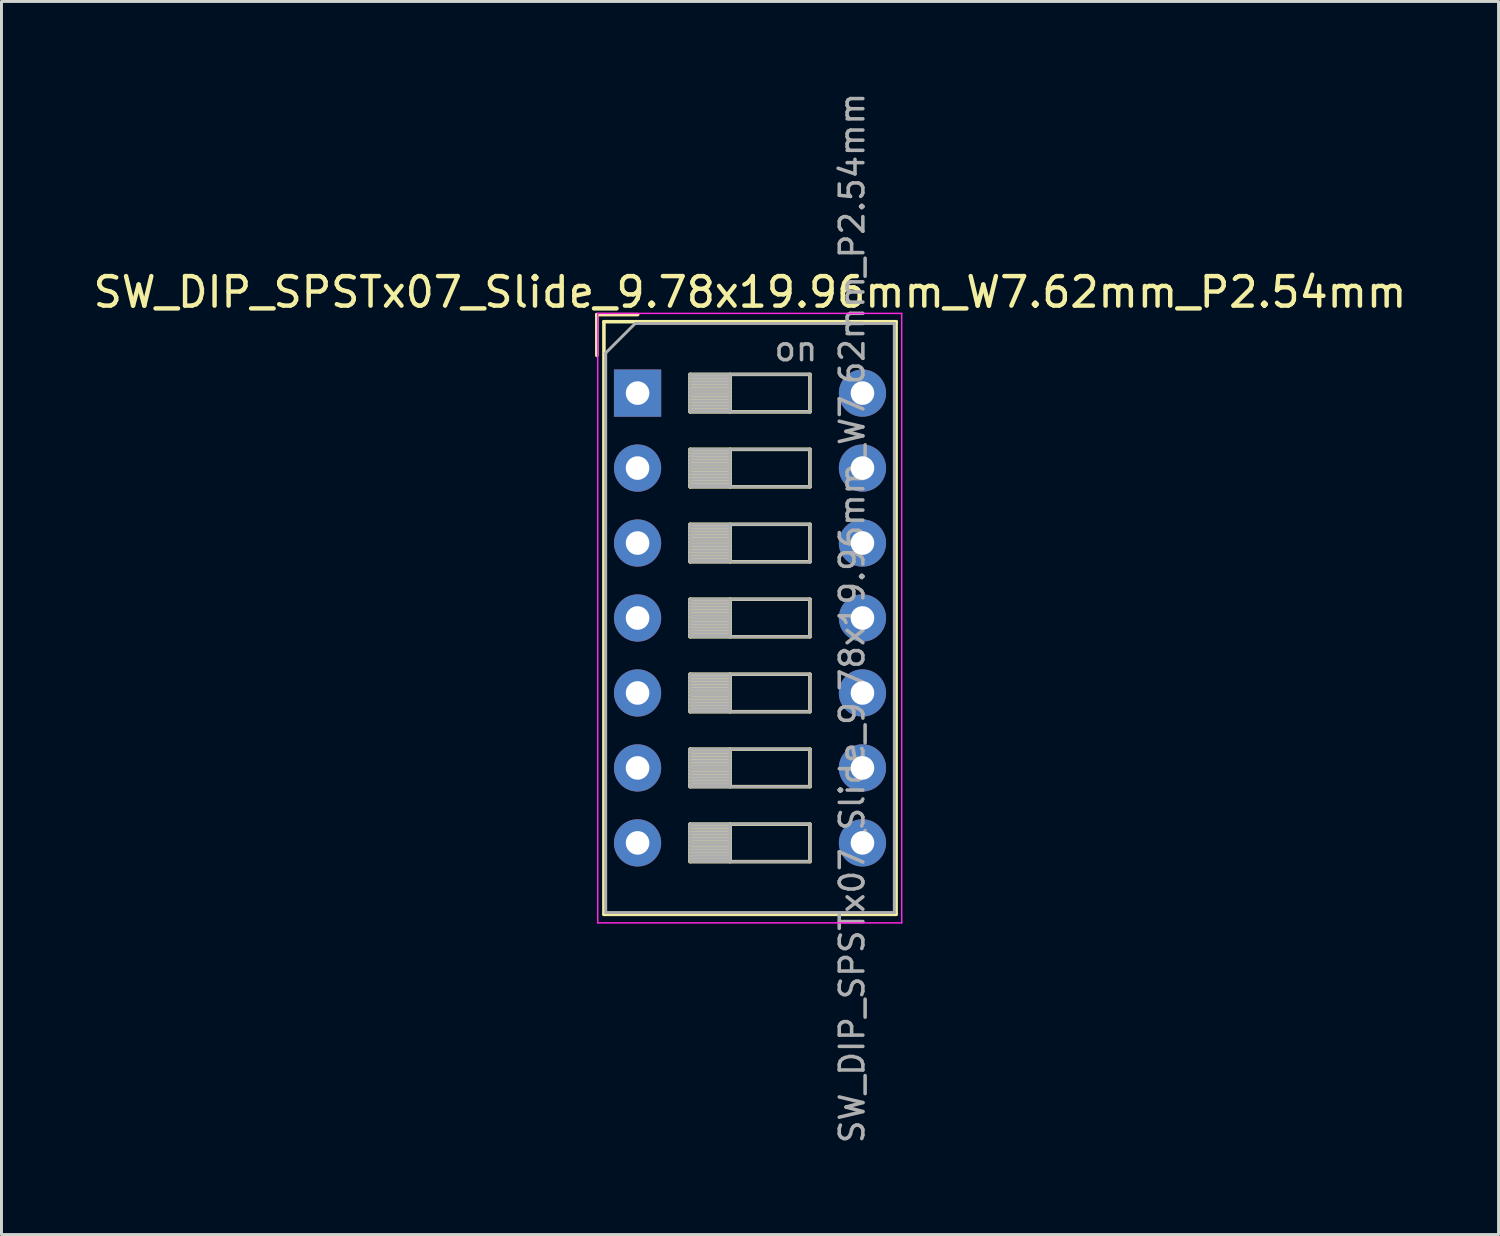
<source format=kicad_pcb>
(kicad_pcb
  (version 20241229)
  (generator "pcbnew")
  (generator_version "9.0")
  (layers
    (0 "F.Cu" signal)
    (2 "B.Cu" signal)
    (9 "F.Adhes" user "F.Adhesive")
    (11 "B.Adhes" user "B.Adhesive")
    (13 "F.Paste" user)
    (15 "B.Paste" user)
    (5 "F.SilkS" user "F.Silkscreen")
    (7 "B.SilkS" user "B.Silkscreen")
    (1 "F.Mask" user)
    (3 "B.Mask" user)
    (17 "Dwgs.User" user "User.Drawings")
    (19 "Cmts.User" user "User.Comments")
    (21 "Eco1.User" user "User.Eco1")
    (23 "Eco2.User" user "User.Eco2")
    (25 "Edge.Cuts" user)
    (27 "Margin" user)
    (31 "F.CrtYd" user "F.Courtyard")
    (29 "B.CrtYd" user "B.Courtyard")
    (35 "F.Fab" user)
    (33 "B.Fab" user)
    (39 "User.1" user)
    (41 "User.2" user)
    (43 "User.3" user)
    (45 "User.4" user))
  (footprint "SW_DIP_SPSTx07_Slide_9.78x19.96mm_W7.62mm_P2.54mm"
    (layer "F.Cu")
    (at 18.553 10.27)
    (property "Reference" "SW_DIP_SPSTx07_Slide_9.78x19.96mm_W7.62mm_P2.54mm" (at 3.81 -3.42 0) (layer "F.SilkS") (effects (font (size 1 1) (thickness 0.15))))
    (attr through_hole)
    (fp_line (start -1.38 -2.66) (end -1.38 -1.277) (stroke (width 0.12) (type solid)) (layer "F.SilkS"))
    (fp_line (start -1.38 -2.66) (end 0.004 -2.66) (stroke (width 0.12) (type solid)) (layer "F.SilkS"))
    (fp_line (start -1.14 -2.42) (end -1.14 17.661) (stroke (width 0.12) (type solid)) (layer "F.SilkS"))
    (fp_line (start -1.14 -2.42) (end 8.76 -2.42) (stroke (width 0.12) (type solid)) (layer "F.SilkS"))
    (fp_line (start -1.14 17.661) (end 8.76 17.661) (stroke (width 0.12) (type solid)) (layer "F.SilkS"))
    (fp_line (start 1.78 -0.635) (end 1.78 0.635) (stroke (width 0.12) (type solid)) (layer "F.SilkS"))
    (fp_line (start 1.78 -0.515) (end 3.133 -0.515) (stroke (width 0.12) (type solid)) (layer "F.SilkS"))
    (fp_line (start 1.78 -0.395) (end 3.133 -0.395) (stroke (width 0.12) (type solid)) (layer "F.SilkS"))
    (fp_line (start 1.78 -0.275) (end 3.133 -0.275) (stroke (width 0.12) (type solid)) (layer "F.SilkS"))
    (fp_line (start 1.78 -0.155) (end 3.133 -0.155) (stroke (width 0.12) (type solid)) (layer "F.SilkS"))
    (fp_line (start 1.78 -0.035) (end 3.133 -0.035) (stroke (width 0.12) (type solid)) (layer "F.SilkS"))
    (fp_line (start 1.78 0.085) (end 3.133 0.085) (stroke (width 0.12) (type solid)) (layer "F.SilkS"))
    (fp_line (start 1.78 0.205) (end 3.133 0.205) (stroke (width 0.12) (type solid)) (layer "F.SilkS"))
    (fp_line (start 1.78 0.325) (end 3.133 0.325) (stroke (width 0.12) (type solid)) (layer "F.SilkS"))
    (fp_line (start 1.78 0.445) (end 3.133 0.445) (stroke (width 0.12) (type solid)) (layer "F.SilkS"))
    (fp_line (start 1.78 0.565) (end 3.133 0.565) (stroke (width 0.12) (type solid)) (layer "F.SilkS"))
    (fp_line (start 1.78 0.635) (end 5.84 0.635) (stroke (width 0.12) (type solid)) (layer "F.SilkS"))
    (fp_line (start 1.78 1.905) (end 1.78 3.175) (stroke (width 0.12) (type solid)) (layer "F.SilkS"))
    (fp_line (start 1.78 2.025) (end 3.133 2.025) (stroke (width 0.12) (type solid)) (layer "F.SilkS"))
    (fp_line (start 1.78 2.145) (end 3.133 2.145) (stroke (width 0.12) (type solid)) (layer "F.SilkS"))
    (fp_line (start 1.78 2.265) (end 3.133 2.265) (stroke (width 0.12) (type solid)) (layer "F.SilkS"))
    (fp_line (start 1.78 2.385) (end 3.133 2.385) (stroke (width 0.12) (type solid)) (layer "F.SilkS"))
    (fp_line (start 1.78 2.505) (end 3.133 2.505) (stroke (width 0.12) (type solid)) (layer "F.SilkS"))
    (fp_line (start 1.78 2.625) (end 3.133 2.625) (stroke (width 0.12) (type solid)) (layer "F.SilkS"))
    (fp_line (start 1.78 2.745) (end 3.133 2.745) (stroke (width 0.12) (type solid)) (layer "F.SilkS"))
    (fp_line (start 1.78 2.865) (end 3.133 2.865) (stroke (width 0.12) (type solid)) (layer "F.SilkS"))
    (fp_line (start 1.78 2.985) (end 3.133 2.985) (stroke (width 0.12) (type solid)) (layer "F.SilkS"))
    (fp_line (start 1.78 3.105) (end 3.133 3.105) (stroke (width 0.12) (type solid)) (layer "F.SilkS"))
    (fp_line (start 1.78 3.175) (end 5.84 3.175) (stroke (width 0.12) (type solid)) (layer "F.SilkS"))
    (fp_line (start 1.78 4.445) (end 1.78 5.715) (stroke (width 0.12) (type solid)) (layer "F.SilkS"))
    (fp_line (start 1.78 4.565) (end 3.133 4.565) (stroke (width 0.12) (type solid)) (layer "F.SilkS"))
    (fp_line (start 1.78 4.685) (end 3.133 4.685) (stroke (width 0.12) (type solid)) (layer "F.SilkS"))
    (fp_line (start 1.78 4.805) (end 3.133 4.805) (stroke (width 0.12) (type solid)) (layer "F.SilkS"))
    (fp_line (start 1.78 4.925) (end 3.133 4.925) (stroke (width 0.12) (type solid)) (layer "F.SilkS"))
    (fp_line (start 1.78 5.045) (end 3.133 5.045) (stroke (width 0.12) (type solid)) (layer "F.SilkS"))
    (fp_line (start 1.78 5.165) (end 3.133 5.165) (stroke (width 0.12) (type solid)) (layer "F.SilkS"))
    (fp_line (start 1.78 5.285) (end 3.133 5.285) (stroke (width 0.12) (type solid)) (layer "F.SilkS"))
    (fp_line (start 1.78 5.405) (end 3.133 5.405) (stroke (width 0.12) (type solid)) (layer "F.SilkS"))
    (fp_line (start 1.78 5.525) (end 3.133 5.525) (stroke (width 0.12) (type solid)) (layer "F.SilkS"))
    (fp_line (start 1.78 5.645) (end 3.133 5.645) (stroke (width 0.12) (type solid)) (layer "F.SilkS"))
    (fp_line (start 1.78 5.715) (end 5.84 5.715) (stroke (width 0.12) (type solid)) (layer "F.SilkS"))
    (fp_line (start 1.78 6.985) (end 1.78 8.255) (stroke (width 0.12) (type solid)) (layer "F.SilkS"))
    (fp_line (start 1.78 7.105) (end 3.133 7.105) (stroke (width 0.12) (type solid)) (layer "F.SilkS"))
    (fp_line (start 1.78 7.225) (end 3.133 7.225) (stroke (width 0.12) (type solid)) (layer "F.SilkS"))
    (fp_line (start 1.78 7.345) (end 3.133 7.345) (stroke (width 0.12) (type solid)) (layer "F.SilkS"))
    (fp_line (start 1.78 7.465) (end 3.133 7.465) (stroke (width 0.12) (type solid)) (layer "F.SilkS"))
    (fp_line (start 1.78 7.585) (end 3.133 7.585) (stroke (width 0.12) (type solid)) (layer "F.SilkS"))
    (fp_line (start 1.78 7.705) (end 3.133 7.705) (stroke (width 0.12) (type solid)) (layer "F.SilkS"))
    (fp_line (start 1.78 7.825) (end 3.133 7.825) (stroke (width 0.12) (type solid)) (layer "F.SilkS"))
    (fp_line (start 1.78 7.945) (end 3.133 7.945) (stroke (width 0.12) (type solid)) (layer "F.SilkS"))
    (fp_line (start 1.78 8.065) (end 3.133 8.065) (stroke (width 0.12) (type solid)) (layer "F.SilkS"))
    (fp_line (start 1.78 8.185) (end 3.133 8.185) (stroke (width 0.12) (type solid)) (layer "F.SilkS"))
    (fp_line (start 1.78 8.255) (end 5.84 8.255) (stroke (width 0.12) (type solid)) (layer "F.SilkS"))
    (fp_line (start 1.78 9.525) (end 1.78 10.795) (stroke (width 0.12) (type solid)) (layer "F.SilkS"))
    (fp_line (start 1.78 9.645) (end 3.133 9.645) (stroke (width 0.12) (type solid)) (layer "F.SilkS"))
    (fp_line (start 1.78 9.765) (end 3.133 9.765) (stroke (width 0.12) (type solid)) (layer "F.SilkS"))
    (fp_line (start 1.78 9.885) (end 3.133 9.885) (stroke (width 0.12) (type solid)) (layer "F.SilkS"))
    (fp_line (start 1.78 10.005) (end 3.133 10.005) (stroke (width 0.12) (type solid)) (layer "F.SilkS"))
    (fp_line (start 1.78 10.125) (end 3.133 10.125) (stroke (width 0.12) (type solid)) (layer "F.SilkS"))
    (fp_line (start 1.78 10.245) (end 3.133 10.245) (stroke (width 0.12) (type solid)) (layer "F.SilkS"))
    (fp_line (start 1.78 10.365) (end 3.133 10.365) (stroke (width 0.12) (type solid)) (layer "F.SilkS"))
    (fp_line (start 1.78 10.485) (end 3.133 10.485) (stroke (width 0.12) (type solid)) (layer "F.SilkS"))
    (fp_line (start 1.78 10.605) (end 3.133 10.605) (stroke (width 0.12) (type solid)) (layer "F.SilkS"))
    (fp_line (start 1.78 10.725) (end 3.133 10.725) (stroke (width 0.12) (type solid)) (layer "F.SilkS"))
    (fp_line (start 1.78 10.795) (end 5.84 10.795) (stroke (width 0.12) (type solid)) (layer "F.SilkS"))
    (fp_line (start 1.78 12.065) (end 1.78 13.335) (stroke (width 0.12) (type solid)) (layer "F.SilkS"))
    (fp_line (start 1.78 12.185) (end 3.133 12.185) (stroke (width 0.12) (type solid)) (layer "F.SilkS"))
    (fp_line (start 1.78 12.305) (end 3.133 12.305) (stroke (width 0.12) (type solid)) (layer "F.SilkS"))
    (fp_line (start 1.78 12.425) (end 3.133 12.425) (stroke (width 0.12) (type solid)) (layer "F.SilkS"))
    (fp_line (start 1.78 12.545) (end 3.133 12.545) (stroke (width 0.12) (type solid)) (layer "F.SilkS"))
    (fp_line (start 1.78 12.665) (end 3.133 12.665) (stroke (width 0.12) (type solid)) (layer "F.SilkS"))
    (fp_line (start 1.78 12.785) (end 3.133 12.785) (stroke (width 0.12) (type solid)) (layer "F.SilkS"))
    (fp_line (start 1.78 12.905) (end 3.133 12.905) (stroke (width 0.12) (type solid)) (layer "F.SilkS"))
    (fp_line (start 1.78 13.025) (end 3.133 13.025) (stroke (width 0.12) (type solid)) (layer "F.SilkS"))
    (fp_line (start 1.78 13.145) (end 3.133 13.145) (stroke (width 0.12) (type solid)) (layer "F.SilkS"))
    (fp_line (start 1.78 13.265) (end 3.133 13.265) (stroke (width 0.12) (type solid)) (layer "F.SilkS"))
    (fp_line (start 1.78 13.335) (end 5.84 13.335) (stroke (width 0.12) (type solid)) (layer "F.SilkS"))
    (fp_line (start 1.78 14.605) (end 1.78 15.875) (stroke (width 0.12) (type solid)) (layer "F.SilkS"))
    (fp_line (start 1.78 14.725) (end 3.133 14.725) (stroke (width 0.12) (type solid)) (layer "F.SilkS"))
    (fp_line (start 1.78 14.845) (end 3.133 14.845) (stroke (width 0.12) (type solid)) (layer "F.SilkS"))
    (fp_line (start 1.78 14.965) (end 3.133 14.965) (stroke (width 0.12) (type solid)) (layer "F.SilkS"))
    (fp_line (start 1.78 15.085) (end 3.133 15.085) (stroke (width 0.12) (type solid)) (layer "F.SilkS"))
    (fp_line (start 1.78 15.205) (end 3.133 15.205) (stroke (width 0.12) (type solid)) (layer "F.SilkS"))
    (fp_line (start 1.78 15.325) (end 3.133 15.325) (stroke (width 0.12) (type solid)) (layer "F.SilkS"))
    (fp_line (start 1.78 15.445) (end 3.133 15.445) (stroke (width 0.12) (type solid)) (layer "F.SilkS"))
    (fp_line (start 1.78 15.565) (end 3.133 15.565) (stroke (width 0.12) (type solid)) (layer "F.SilkS"))
    (fp_line (start 1.78 15.685) (end 3.133 15.685) (stroke (width 0.12) (type solid)) (layer "F.SilkS"))
    (fp_line (start 1.78 15.805) (end 3.133 15.805) (stroke (width 0.12) (type solid)) (layer "F.SilkS"))
    (fp_line (start 1.78 15.875) (end 5.84 15.875) (stroke (width 0.12) (type solid)) (layer "F.SilkS"))
    (fp_line (start 3.133 -0.635) (end 3.133 0.635) (stroke (width 0.12) (type solid)) (layer "F.SilkS"))
    (fp_line (start 3.133 1.905) (end 3.133 3.175) (stroke (width 0.12) (type solid)) (layer "F.SilkS"))
    (fp_line (start 3.133 4.445) (end 3.133 5.715) (stroke (width 0.12) (type solid)) (layer "F.SilkS"))
    (fp_line (start 3.133 6.985) (end 3.133 8.255) (stroke (width 0.12) (type solid)) (layer "F.SilkS"))
    (fp_line (start 3.133 9.525) (end 3.133 10.795) (stroke (width 0.12) (type solid)) (layer "F.SilkS"))
    (fp_line (start 3.133 12.065) (end 3.133 13.335) (stroke (width 0.12) (type solid)) (layer "F.SilkS"))
    (fp_line (start 3.133 14.605) (end 3.133 15.875) (stroke (width 0.12) (type solid)) (layer "F.SilkS"))
    (fp_line (start 5.84 -0.635) (end 1.78 -0.635) (stroke (width 0.12) (type solid)) (layer "F.SilkS"))
    (fp_line (start 5.84 0.635) (end 5.84 -0.635) (stroke (width 0.12) (type solid)) (layer "F.SilkS"))
    (fp_line (start 5.84 1.905) (end 1.78 1.905) (stroke (width 0.12) (type solid)) (layer "F.SilkS"))
    (fp_line (start 5.84 3.175) (end 5.84 1.905) (stroke (width 0.12) (type solid)) (layer "F.SilkS"))
    (fp_line (start 5.84 4.445) (end 1.78 4.445) (stroke (width 0.12) (type solid)) (layer "F.SilkS"))
    (fp_line (start 5.84 5.715) (end 5.84 4.445) (stroke (width 0.12) (type solid)) (layer "F.SilkS"))
    (fp_line (start 5.84 6.985) (end 1.78 6.985) (stroke (width 0.12) (type solid)) (layer "F.SilkS"))
    (fp_line (start 5.84 8.255) (end 5.84 6.985) (stroke (width 0.12) (type solid)) (layer "F.SilkS"))
    (fp_line (start 5.84 9.525) (end 1.78 9.525) (stroke (width 0.12) (type solid)) (layer "F.SilkS"))
    (fp_line (start 5.84 10.795) (end 5.84 9.525) (stroke (width 0.12) (type solid)) (layer "F.SilkS"))
    (fp_line (start 5.84 12.065) (end 1.78 12.065) (stroke (width 0.12) (type solid)) (layer "F.SilkS"))
    (fp_line (start 5.84 13.335) (end 5.84 12.065) (stroke (width 0.12) (type solid)) (layer "F.SilkS"))
    (fp_line (start 5.84 14.605) (end 1.78 14.605) (stroke (width 0.12) (type solid)) (layer "F.SilkS"))
    (fp_line (start 5.84 15.875) (end 5.84 14.605) (stroke (width 0.12) (type solid)) (layer "F.SilkS"))
    (fp_line (start 8.76 -2.42) (end 8.76 17.661) (stroke (width 0.12) (type solid)) (layer "F.SilkS"))
    (fp_line (start -1.35 -2.7) (end -1.35 17.95) (stroke (width 0.05) (type solid)) (layer "F.CrtYd"))
    (fp_line (start -1.35 17.95) (end 8.95 17.95) (stroke (width 0.05) (type solid)) (layer "F.CrtYd"))
    (fp_line (start 8.95 -2.7) (end -1.35 -2.7) (stroke (width 0.05) (type solid)) (layer "F.CrtYd"))
    (fp_line (start 8.95 17.95) (end 8.95 -2.7) (stroke (width 0.05) (type solid)) (layer "F.CrtYd"))
    (fp_line (start -1.08 -1.36) (end -0.08 -2.36) (stroke (width 0.1) (type solid)) (layer "F.Fab"))
    (fp_line (start -1.08 17.6) (end -1.08 -1.36) (stroke (width 0.1) (type solid)) (layer "F.Fab"))
    (fp_line (start -0.08 -2.36) (end 8.7 -2.36) (stroke (width 0.1) (type solid)) (layer "F.Fab"))
    (fp_line (start 1.78 -0.635) (end 1.78 0.635) (stroke (width 0.1) (type solid)) (layer "F.Fab"))
    (fp_line (start 1.78 -0.535) (end 3.133 -0.535) (stroke (width 0.1) (type solid)) (layer "F.Fab"))
    (fp_line (start 1.78 -0.435) (end 3.133 -0.435) (stroke (width 0.1) (type solid)) (layer "F.Fab"))
    (fp_line (start 1.78 -0.335) (end 3.133 -0.335) (stroke (width 0.1) (type solid)) (layer "F.Fab"))
    (fp_line (start 1.78 -0.235) (end 3.133 -0.235) (stroke (width 0.1) (type solid)) (layer "F.Fab"))
    (fp_line (start 1.78 -0.135) (end 3.133 -0.135) (stroke (width 0.1) (type solid)) (layer "F.Fab"))
    (fp_line (start 1.78 -0.035) (end 3.133 -0.035) (stroke (width 0.1) (type solid)) (layer "F.Fab"))
    (fp_line (start 1.78 0.065) (end 3.133 0.065) (stroke (width 0.1) (type solid)) (layer "F.Fab"))
    (fp_line (start 1.78 0.165) (end 3.133 0.165) (stroke (width 0.1) (type solid)) (layer "F.Fab"))
    (fp_line (start 1.78 0.265) (end 3.133 0.265) (stroke (width 0.1) (type solid)) (layer "F.Fab"))
    (fp_line (start 1.78 0.365) (end 3.133 0.365) (stroke (width 0.1) (type solid)) (layer "F.Fab"))
    (fp_line (start 1.78 0.465) (end 3.133 0.465) (stroke (width 0.1) (type solid)) (layer "F.Fab"))
    (fp_line (start 1.78 0.565) (end 3.133 0.565) (stroke (width 0.1) (type solid)) (layer "F.Fab"))
    (fp_line (start 1.78 0.635) (end 5.84 0.635) (stroke (width 0.1) (type solid)) (layer "F.Fab"))
    (fp_line (start 1.78 1.905) (end 1.78 3.175) (stroke (width 0.1) (type solid)) (layer "F.Fab"))
    (fp_line (start 1.78 2.005) (end 3.133 2.005) (stroke (width 0.1) (type solid)) (layer "F.Fab"))
    (fp_line (start 1.78 2.105) (end 3.133 2.105) (stroke (width 0.1) (type solid)) (layer "F.Fab"))
    (fp_line (start 1.78 2.205) (end 3.133 2.205) (stroke (width 0.1) (type solid)) (layer "F.Fab"))
    (fp_line (start 1.78 2.305) (end 3.133 2.305) (stroke (width 0.1) (type solid)) (layer "F.Fab"))
    (fp_line (start 1.78 2.405) (end 3.133 2.405) (stroke (width 0.1) (type solid)) (layer "F.Fab"))
    (fp_line (start 1.78 2.505) (end 3.133 2.505) (stroke (width 0.1) (type solid)) (layer "F.Fab"))
    (fp_line (start 1.78 2.605) (end 3.133 2.605) (stroke (width 0.1) (type solid)) (layer "F.Fab"))
    (fp_line (start 1.78 2.705) (end 3.133 2.705) (stroke (width 0.1) (type solid)) (layer "F.Fab"))
    (fp_line (start 1.78 2.805) (end 3.133 2.805) (stroke (width 0.1) (type solid)) (layer "F.Fab"))
    (fp_line (start 1.78 2.905) (end 3.133 2.905) (stroke (width 0.1) (type solid)) (layer "F.Fab"))
    (fp_line (start 1.78 3.005) (end 3.133 3.005) (stroke (width 0.1) (type solid)) (layer "F.Fab"))
    (fp_line (start 1.78 3.105) (end 3.133 3.105) (stroke (width 0.1) (type solid)) (layer "F.Fab"))
    (fp_line (start 1.78 3.175) (end 5.84 3.175) (stroke (width 0.1) (type solid)) (layer "F.Fab"))
    (fp_line (start 1.78 4.445) (end 1.78 5.715) (stroke (width 0.1) (type solid)) (layer "F.Fab"))
    (fp_line (start 1.78 4.545) (end 3.133 4.545) (stroke (width 0.1) (type solid)) (layer "F.Fab"))
    (fp_line (start 1.78 4.645) (end 3.133 4.645) (stroke (width 0.1) (type solid)) (layer "F.Fab"))
    (fp_line (start 1.78 4.745) (end 3.133 4.745) (stroke (width 0.1) (type solid)) (layer "F.Fab"))
    (fp_line (start 1.78 4.845) (end 3.133 4.845) (stroke (width 0.1) (type solid)) (layer "F.Fab"))
    (fp_line (start 1.78 4.945) (end 3.133 4.945) (stroke (width 0.1) (type solid)) (layer "F.Fab"))
    (fp_line (start 1.78 5.045) (end 3.133 5.045) (stroke (width 0.1) (type solid)) (layer "F.Fab"))
    (fp_line (start 1.78 5.145) (end 3.133 5.145) (stroke (width 0.1) (type solid)) (layer "F.Fab"))
    (fp_line (start 1.78 5.245) (end 3.133 5.245) (stroke (width 0.1) (type solid)) (layer "F.Fab"))
    (fp_line (start 1.78 5.345) (end 3.133 5.345) (stroke (width 0.1) (type solid)) (layer "F.Fab"))
    (fp_line (start 1.78 5.445) (end 3.133 5.445) (stroke (width 0.1) (type solid)) (layer "F.Fab"))
    (fp_line (start 1.78 5.545) (end 3.133 5.545) (stroke (width 0.1) (type solid)) (layer "F.Fab"))
    (fp_line (start 1.78 5.645) (end 3.133 5.645) (stroke (width 0.1) (type solid)) (layer "F.Fab"))
    (fp_line (start 1.78 5.715) (end 5.84 5.715) (stroke (width 0.1) (type solid)) (layer "F.Fab"))
    (fp_line (start 1.78 6.985) (end 1.78 8.255) (stroke (width 0.1) (type solid)) (layer "F.Fab"))
    (fp_line (start 1.78 7.085) (end 3.133 7.085) (stroke (width 0.1) (type solid)) (layer "F.Fab"))
    (fp_line (start 1.78 7.185) (end 3.133 7.185) (stroke (width 0.1) (type solid)) (layer "F.Fab"))
    (fp_line (start 1.78 7.285) (end 3.133 7.285) (stroke (width 0.1) (type solid)) (layer "F.Fab"))
    (fp_line (start 1.78 7.385) (end 3.133 7.385) (stroke (width 0.1) (type solid)) (layer "F.Fab"))
    (fp_line (start 1.78 7.485) (end 3.133 7.485) (stroke (width 0.1) (type solid)) (layer "F.Fab"))
    (fp_line (start 1.78 7.585) (end 3.133 7.585) (stroke (width 0.1) (type solid)) (layer "F.Fab"))
    (fp_line (start 1.78 7.685) (end 3.133 7.685) (stroke (width 0.1) (type solid)) (layer "F.Fab"))
    (fp_line (start 1.78 7.785) (end 3.133 7.785) (stroke (width 0.1) (type solid)) (layer "F.Fab"))
    (fp_line (start 1.78 7.885) (end 3.133 7.885) (stroke (width 0.1) (type solid)) (layer "F.Fab"))
    (fp_line (start 1.78 7.985) (end 3.133 7.985) (stroke (width 0.1) (type solid)) (layer "F.Fab"))
    (fp_line (start 1.78 8.085) (end 3.133 8.085) (stroke (width 0.1) (type solid)) (layer "F.Fab"))
    (fp_line (start 1.78 8.185) (end 3.133 8.185) (stroke (width 0.1) (type solid)) (layer "F.Fab"))
    (fp_line (start 1.78 8.255) (end 5.84 8.255) (stroke (width 0.1) (type solid)) (layer "F.Fab"))
    (fp_line (start 1.78 9.525) (end 1.78 10.795) (stroke (width 0.1) (type solid)) (layer "F.Fab"))
    (fp_line (start 1.78 9.625) (end 3.133 9.625) (stroke (width 0.1) (type solid)) (layer "F.Fab"))
    (fp_line (start 1.78 9.725) (end 3.133 9.725) (stroke (width 0.1) (type solid)) (layer "F.Fab"))
    (fp_line (start 1.78 9.825) (end 3.133 9.825) (stroke (width 0.1) (type solid)) (layer "F.Fab"))
    (fp_line (start 1.78 9.925) (end 3.133 9.925) (stroke (width 0.1) (type solid)) (layer "F.Fab"))
    (fp_line (start 1.78 10.025) (end 3.133 10.025) (stroke (width 0.1) (type solid)) (layer "F.Fab"))
    (fp_line (start 1.78 10.125) (end 3.133 10.125) (stroke (width 0.1) (type solid)) (layer "F.Fab"))
    (fp_line (start 1.78 10.225) (end 3.133 10.225) (stroke (width 0.1) (type solid)) (layer "F.Fab"))
    (fp_line (start 1.78 10.325) (end 3.133 10.325) (stroke (width 0.1) (type solid)) (layer "F.Fab"))
    (fp_line (start 1.78 10.425) (end 3.133 10.425) (stroke (width 0.1) (type solid)) (layer "F.Fab"))
    (fp_line (start 1.78 10.525) (end 3.133 10.525) (stroke (width 0.1) (type solid)) (layer "F.Fab"))
    (fp_line (start 1.78 10.625) (end 3.133 10.625) (stroke (width 0.1) (type solid)) (layer "F.Fab"))
    (fp_line (start 1.78 10.725) (end 3.133 10.725) (stroke (width 0.1) (type solid)) (layer "F.Fab"))
    (fp_line (start 1.78 10.795) (end 5.84 10.795) (stroke (width 0.1) (type solid)) (layer "F.Fab"))
    (fp_line (start 1.78 12.065) (end 1.78 13.335) (stroke (width 0.1) (type solid)) (layer "F.Fab"))
    (fp_line (start 1.78 12.165) (end 3.133 12.165) (stroke (width 0.1) (type solid)) (layer "F.Fab"))
    (fp_line (start 1.78 12.265) (end 3.133 12.265) (stroke (width 0.1) (type solid)) (layer "F.Fab"))
    (fp_line (start 1.78 12.365) (end 3.133 12.365) (stroke (width 0.1) (type solid)) (layer "F.Fab"))
    (fp_line (start 1.78 12.465) (end 3.133 12.465) (stroke (width 0.1) (type solid)) (layer "F.Fab"))
    (fp_line (start 1.78 12.565) (end 3.133 12.565) (stroke (width 0.1) (type solid)) (layer "F.Fab"))
    (fp_line (start 1.78 12.665) (end 3.133 12.665) (stroke (width 0.1) (type solid)) (layer "F.Fab"))
    (fp_line (start 1.78 12.765) (end 3.133 12.765) (stroke (width 0.1) (type solid)) (layer "F.Fab"))
    (fp_line (start 1.78 12.865) (end 3.133 12.865) (stroke (width 0.1) (type solid)) (layer "F.Fab"))
    (fp_line (start 1.78 12.965) (end 3.133 12.965) (stroke (width 0.1) (type solid)) (layer "F.Fab"))
    (fp_line (start 1.78 13.065) (end 3.133 13.065) (stroke (width 0.1) (type solid)) (layer "F.Fab"))
    (fp_line (start 1.78 13.165) (end 3.133 13.165) (stroke (width 0.1) (type solid)) (layer "F.Fab"))
    (fp_line (start 1.78 13.265) (end 3.133 13.265) (stroke (width 0.1) (type solid)) (layer "F.Fab"))
    (fp_line (start 1.78 13.335) (end 5.84 13.335) (stroke (width 0.1) (type solid)) (layer "F.Fab"))
    (fp_line (start 1.78 14.605) (end 1.78 15.875) (stroke (width 0.1) (type solid)) (layer "F.Fab"))
    (fp_line (start 1.78 14.705) (end 3.133 14.705) (stroke (width 0.1) (type solid)) (layer "F.Fab"))
    (fp_line (start 1.78 14.805) (end 3.133 14.805) (stroke (width 0.1) (type solid)) (layer "F.Fab"))
    (fp_line (start 1.78 14.905) (end 3.133 14.905) (stroke (width 0.1) (type solid)) (layer "F.Fab"))
    (fp_line (start 1.78 15.005) (end 3.133 15.005) (stroke (width 0.1) (type solid)) (layer "F.Fab"))
    (fp_line (start 1.78 15.105) (end 3.133 15.105) (stroke (width 0.1) (type solid)) (layer "F.Fab"))
    (fp_line (start 1.78 15.205) (end 3.133 15.205) (stroke (width 0.1) (type solid)) (layer "F.Fab"))
    (fp_line (start 1.78 15.305) (end 3.133 15.305) (stroke (width 0.1) (type solid)) (layer "F.Fab"))
    (fp_line (start 1.78 15.405) (end 3.133 15.405) (stroke (width 0.1) (type solid)) (layer "F.Fab"))
    (fp_line (start 1.78 15.505) (end 3.133 15.505) (stroke (width 0.1) (type solid)) (layer "F.Fab"))
    (fp_line (start 1.78 15.605) (end 3.133 15.605) (stroke (width 0.1) (type solid)) (layer "F.Fab"))
    (fp_line (start 1.78 15.705) (end 3.133 15.705) (stroke (width 0.1) (type solid)) (layer "F.Fab"))
    (fp_line (start 1.78 15.805) (end 3.133 15.805) (stroke (width 0.1) (type solid)) (layer "F.Fab"))
    (fp_line (start 1.78 15.875) (end 5.84 15.875) (stroke (width 0.1) (type solid)) (layer "F.Fab"))
    (fp_line (start 3.133 -0.635) (end 3.133 0.635) (stroke (width 0.1) (type solid)) (layer "F.Fab"))
    (fp_line (start 3.133 1.905) (end 3.133 3.175) (stroke (width 0.1) (type solid)) (layer "F.Fab"))
    (fp_line (start 3.133 4.445) (end 3.133 5.715) (stroke (width 0.1) (type solid)) (layer "F.Fab"))
    (fp_line (start 3.133 6.985) (end 3.133 8.255) (stroke (width 0.1) (type solid)) (layer "F.Fab"))
    (fp_line (start 3.133 9.525) (end 3.133 10.795) (stroke (width 0.1) (type solid)) (layer "F.Fab"))
    (fp_line (start 3.133 12.065) (end 3.133 13.335) (stroke (width 0.1) (type solid)) (layer "F.Fab"))
    (fp_line (start 3.133 14.605) (end 3.133 15.875) (stroke (width 0.1) (type solid)) (layer "F.Fab"))
    (fp_line (start 5.84 -0.635) (end 1.78 -0.635) (stroke (width 0.1) (type solid)) (layer "F.Fab"))
    (fp_line (start 5.84 0.635) (end 5.84 -0.635) (stroke (width 0.1) (type solid)) (layer "F.Fab"))
    (fp_line (start 5.84 1.905) (end 1.78 1.905) (stroke (width 0.1) (type solid)) (layer "F.Fab"))
    (fp_line (start 5.84 3.175) (end 5.84 1.905) (stroke (width 0.1) (type solid)) (layer "F.Fab"))
    (fp_line (start 5.84 4.445) (end 1.78 4.445) (stroke (width 0.1) (type solid)) (layer "F.Fab"))
    (fp_line (start 5.84 5.715) (end 5.84 4.445) (stroke (width 0.1) (type solid)) (layer "F.Fab"))
    (fp_line (start 5.84 6.985) (end 1.78 6.985) (stroke (width 0.1) (type solid)) (layer "F.Fab"))
    (fp_line (start 5.84 8.255) (end 5.84 6.985) (stroke (width 0.1) (type solid)) (layer "F.Fab"))
    (fp_line (start 5.84 9.525) (end 1.78 9.525) (stroke (width 0.1) (type solid)) (layer "F.Fab"))
    (fp_line (start 5.84 10.795) (end 5.84 9.525) (stroke (width 0.1) (type solid)) (layer "F.Fab"))
    (fp_line (start 5.84 12.065) (end 1.78 12.065) (stroke (width 0.1) (type solid)) (layer "F.Fab"))
    (fp_line (start 5.84 13.335) (end 5.84 12.065) (stroke (width 0.1) (type solid)) (layer "F.Fab"))
    (fp_line (start 5.84 14.605) (end 1.78 14.605) (stroke (width 0.1) (type solid)) (layer "F.Fab"))
    (fp_line (start 5.84 15.875) (end 5.84 14.605) (stroke (width 0.1) (type solid)) (layer "F.Fab"))
    (fp_line (start 8.7 -2.36) (end 8.7 17.6) (stroke (width 0.1) (type solid)) (layer "F.Fab"))
    (fp_line (start 8.7 17.6) (end -1.08 17.6) (stroke (width 0.1) (type solid)) (layer "F.Fab"))
    (fp_text user "on" (at 5.365 -1.498 0) (layer "F.Fab") (effects (font (size 0.8 0.8) (thickness 0.12))))
    (fp_text user "${REFERENCE}" (at 7.27 7.62 90) (layer "F.Fab") (effects (font (size 0.8 0.8) (thickness 0.12))))
    (pad "1" thru_hole rect (at 0 0) (size 1.6 1.6) (drill 0.8) (layers "*.Cu" "*.Mask"))
    (pad "2" thru_hole oval (at 0 2.54) (size 1.6 1.6) (drill 0.8) (layers "*.Cu" "*.Mask"))
    (pad "3" thru_hole oval (at 0 5.08) (size 1.6 1.6) (drill 0.8) (layers "*.Cu" "*.Mask"))
    (pad "4" thru_hole oval (at 0 7.62) (size 1.6 1.6) (drill 0.8) (layers "*.Cu" "*.Mask"))
    (pad "5" thru_hole oval (at 0 10.16) (size 1.6 1.6) (drill 0.8) (layers "*.Cu" "*.Mask"))
    (pad "6" thru_hole oval (at 0 12.7) (size 1.6 1.6) (drill 0.8) (layers "*.Cu" "*.Mask"))
    (pad "7" thru_hole oval (at 0 15.24) (size 1.6 1.6) (drill 0.8) (layers "*.Cu" "*.Mask"))
    (pad "8" thru_hole oval (at 7.62 15.24) (size 1.6 1.6) (drill 0.8) (layers "*.Cu" "*.Mask"))
    (pad "9" thru_hole oval (at 7.62 12.7) (size 1.6 1.6) (drill 0.8) (layers "*.Cu" "*.Mask"))
    (pad "10" thru_hole oval (at 7.62 10.16) (size 1.6 1.6) (drill 0.8) (layers "*.Cu" "*.Mask"))
    (pad "11" thru_hole oval (at 7.62 7.62) (size 1.6 1.6) (drill 0.8) (layers "*.Cu" "*.Mask"))
    (pad "12" thru_hole oval (at 7.62 5.08) (size 1.6 1.6) (drill 0.8) (layers "*.Cu" "*.Mask"))
    (pad "13" thru_hole oval (at 7.62 2.54) (size 1.6 1.6) (drill 0.8) (layers "*.Cu" "*.Mask"))
    (pad "14" thru_hole oval (at 7.62 0) (size 1.6 1.6) (drill 0.8) (layers "*.Cu" "*.Mask")))
  (gr_rect
    (start -3 -3)
    (end 47.726 38.781)
    (stroke (width 0.1) (type default))
    (fill no)
    (layer "Edge.Cuts")))
</source>
